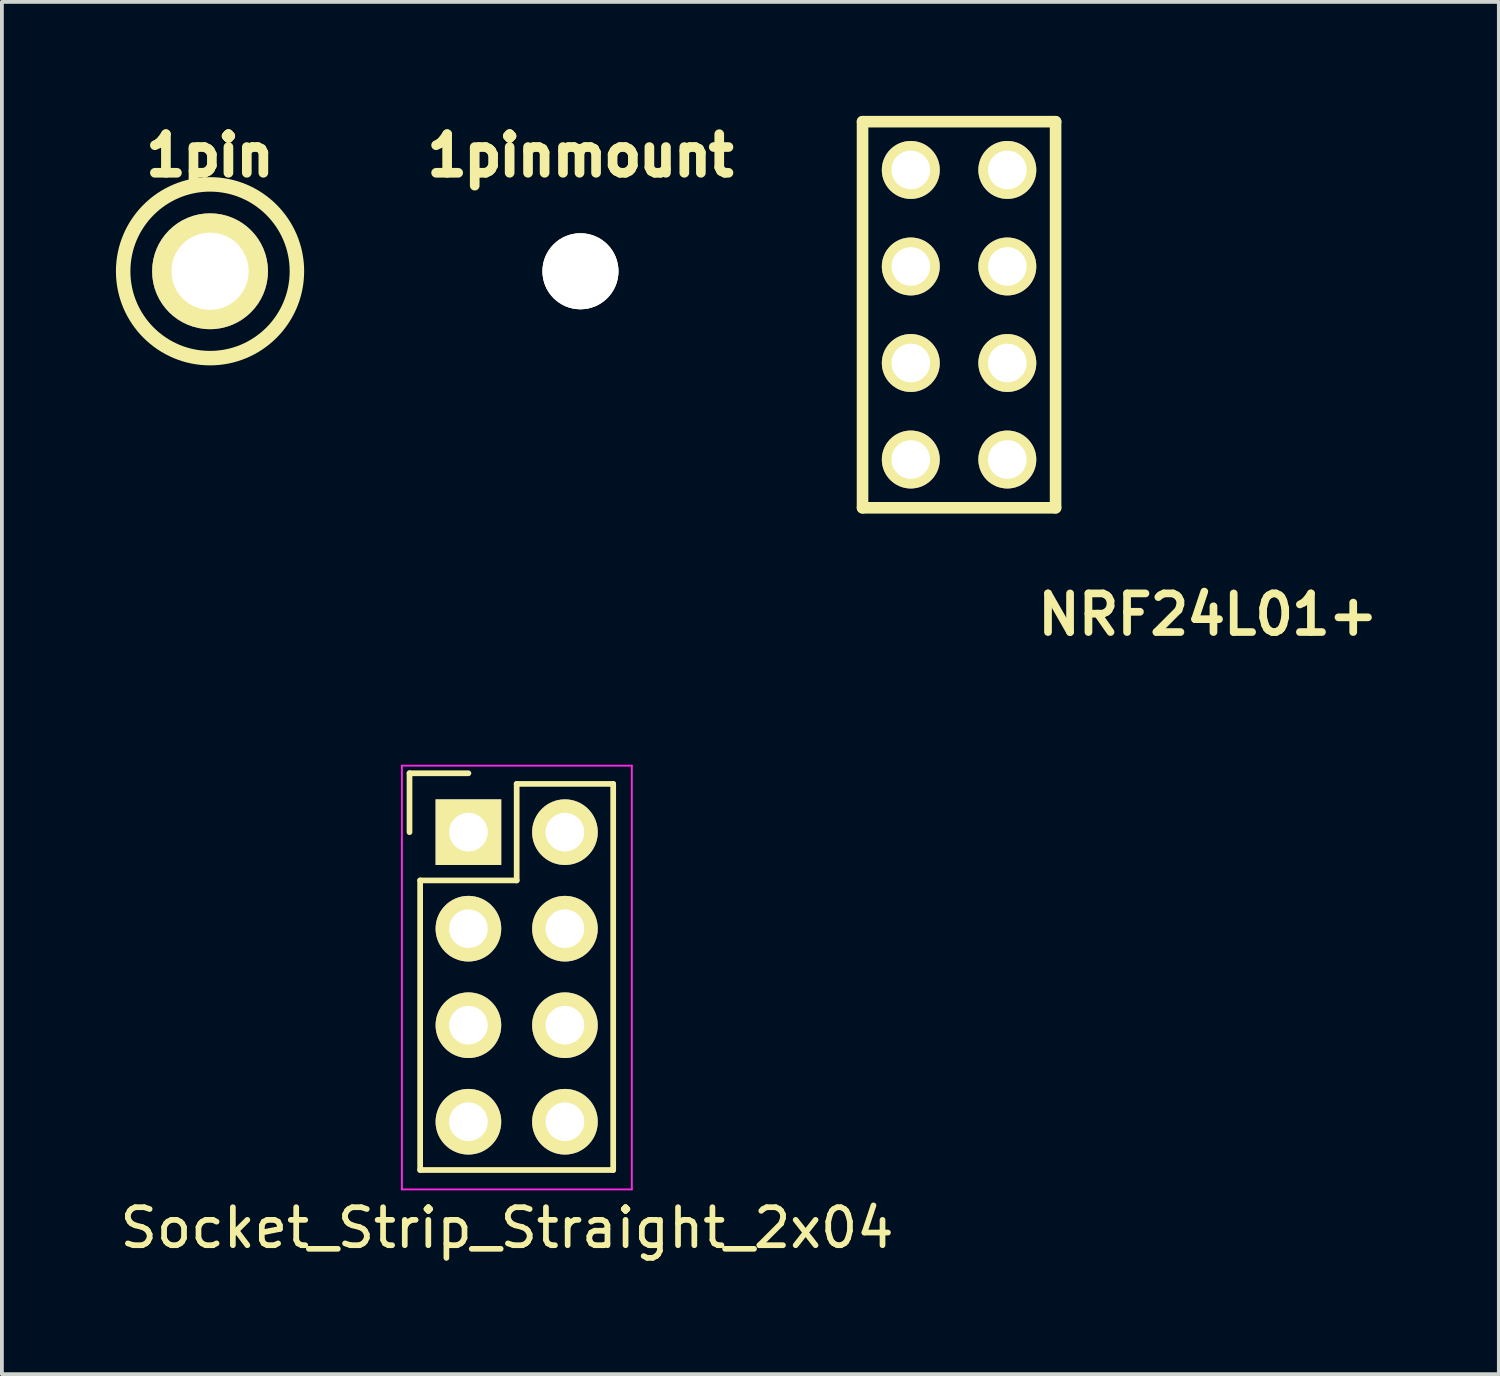
<source format=kicad_pcb>
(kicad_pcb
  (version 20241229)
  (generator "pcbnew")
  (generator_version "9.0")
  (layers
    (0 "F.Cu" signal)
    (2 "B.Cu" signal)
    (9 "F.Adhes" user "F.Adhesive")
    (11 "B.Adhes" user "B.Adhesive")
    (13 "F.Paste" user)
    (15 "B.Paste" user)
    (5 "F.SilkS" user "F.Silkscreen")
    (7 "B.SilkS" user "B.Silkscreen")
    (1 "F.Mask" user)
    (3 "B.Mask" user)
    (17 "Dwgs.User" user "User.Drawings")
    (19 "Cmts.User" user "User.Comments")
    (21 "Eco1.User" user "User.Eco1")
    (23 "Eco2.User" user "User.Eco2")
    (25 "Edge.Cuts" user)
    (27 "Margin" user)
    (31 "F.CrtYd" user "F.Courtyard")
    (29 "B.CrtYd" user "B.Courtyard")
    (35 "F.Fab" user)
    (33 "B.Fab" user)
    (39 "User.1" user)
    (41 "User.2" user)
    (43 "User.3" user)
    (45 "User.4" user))
  (footprint "1pinmount"
    (layer "F.Cu")
    (at 12.224 4.088)
    (property "Reference" "1pinmount" (at 0 -3.048 0) (layer "F.SilkS") (effects (font (size 1.016 1.016) (thickness 0.254))))
    (attr through_hole)
    (pad "1" thru_hole circle (at 0 0) (size 2 2) (drill 2) (layers "*.Cu" "*.Mask" "F.SilkS")))
  (footprint "NRF24L01+"
    (layer "F.Cu")
    (at 22.187 5.232)
    (property "Reference" "NRF24L01+" (at 6.55 7.89 180) (layer "F.SilkS") (effects (font (size 1.016 1.016) (thickness 0.203))))
    (attr through_hole)
    (fp_line (start -2.54 -5.08) (end -2.54 5.08) (stroke (width 0.305) (type solid)) (layer "F.SilkS"))
    (fp_line (start -2.54 5.08) (end 2.54 5.08) (stroke (width 0.305) (type solid)) (layer "F.SilkS"))
    (fp_line (start 2.54 -5.08) (end -2.54 -5.08) (stroke (width 0.305) (type solid)) (layer "F.SilkS"))
    (fp_line (start 2.54 5.08) (end 2.54 -5.08) (stroke (width 0.305) (type solid)) (layer "F.SilkS"))
    (pad "1" thru_hole circle (at 1.27 -3.81 270) (size 1.524 1.524) (drill 1.016) (layers "*.Cu" "*.Mask" "F.SilkS"))
    (pad "2" thru_hole circle (at -1.27 -3.81 270) (size 1.524 1.524) (drill 1.016) (layers "*.Cu" "*.Mask" "F.SilkS"))
    (pad "3" thru_hole circle (at 1.27 -1.27 270) (size 1.524 1.524) (drill 1.016) (layers "*.Cu" "*.Mask" "F.SilkS"))
    (pad "4" thru_hole circle (at -1.27 -1.27 270) (size 1.524 1.524) (drill 1.016) (layers "*.Cu" "*.Mask" "F.SilkS"))
    (pad "5" thru_hole circle (at 1.27 1.27 270) (size 1.524 1.524) (drill 1.016) (layers "*.Cu" "*.Mask" "F.SilkS"))
    (pad "6" thru_hole circle (at -1.27 1.27 270) (size 1.524 1.524) (drill 1.016) (layers "*.Cu" "*.Mask" "F.SilkS"))
    (pad "7" thru_hole circle (at 1.27 3.81 270) (size 1.524 1.524) (drill 1.016) (layers "*.Cu" "*.Mask" "F.SilkS"))
    (pad "8" thru_hole circle (at -1.27 3.81 270) (size 1.524 1.524) (drill 1.016) (layers "*.Cu" "*.Mask" "F.SilkS")))
  (footprint "Socket_Strip_Straight_2x04"
    (layer "F.Cu")
    (at 9.276 18.848)
    (property "Reference" "Socket_Strip_Straight_2x04" (at 1.016 10.414 180) (layer "F.SilkS") (effects (font (size 1 1) (thickness 0.15))))
    (attr through_hole)
    (fp_line (start -1.55 -1.55) (end 0 -1.55) (stroke (width 0.15) (type solid)) (layer "F.SilkS"))
    (fp_line (start -1.55 0) (end -1.55 -1.55) (stroke (width 0.15) (type solid)) (layer "F.SilkS"))
    (fp_line (start -1.27 1.27) (end -1.27 8.89) (stroke (width 0.15) (type solid)) (layer "F.SilkS"))
    (fp_line (start -1.27 8.89) (end 3.81 8.89) (stroke (width 0.15) (type solid)) (layer "F.SilkS"))
    (fp_line (start 1.27 -1.27) (end 1.27 1.27) (stroke (width 0.15) (type solid)) (layer "F.SilkS"))
    (fp_line (start 1.27 1.27) (end -1.27 1.27) (stroke (width 0.15) (type solid)) (layer "F.SilkS"))
    (fp_line (start 3.81 -1.27) (end 1.27 -1.27) (stroke (width 0.15) (type solid)) (layer "F.SilkS"))
    (fp_line (start 3.81 8.89) (end 3.81 -1.27) (stroke (width 0.15) (type solid)) (layer "F.SilkS"))
    (fp_line (start -1.75 -1.75) (end -1.75 9.4) (stroke (width 0.05) (type solid)) (layer "F.CrtYd"))
    (fp_line (start -1.75 -1.75) (end 4.3 -1.75) (stroke (width 0.05) (type solid)) (layer "F.CrtYd"))
    (fp_line (start -1.75 9.4) (end 4.3 9.4) (stroke (width 0.05) (type solid)) (layer "F.CrtYd"))
    (fp_line (start 4.3 -1.75) (end 4.3 9.4) (stroke (width 0.05) (type solid)) (layer "F.CrtYd"))
    (pad "1" thru_hole rect (at 0 0) (size 1.727 1.727) (drill 1.016) (layers "*.Cu" "*.Mask" "F.SilkS"))
    (pad "2" thru_hole oval (at 2.54 0) (size 1.727 1.727) (drill 1.016) (layers "*.Cu" "*.Mask" "F.SilkS"))
    (pad "3" thru_hole oval (at 0 2.54) (size 1.727 1.727) (drill 1.016) (layers "*.Cu" "*.Mask" "F.SilkS"))
    (pad "4" thru_hole oval (at 2.54 2.54) (size 1.727 1.727) (drill 1.016) (layers "*.Cu" "*.Mask" "F.SilkS"))
    (pad "5" thru_hole oval (at 0 5.08) (size 1.727 1.727) (drill 1.016) (layers "*.Cu" "*.Mask" "F.SilkS"))
    (pad "6" thru_hole oval (at 2.54 5.08) (size 1.727 1.727) (drill 1.016) (layers "*.Cu" "*.Mask" "F.SilkS"))
    (pad "7" thru_hole oval (at 0 7.62) (size 1.727 1.727) (drill 1.016) (layers "*.Cu" "*.Mask" "F.SilkS"))
    (pad "8" thru_hole oval (at 2.54 7.62) (size 1.727 1.727) (drill 1.016) (layers "*.Cu" "*.Mask" "F.SilkS")))
  (footprint "1pin"
    (layer "F.Cu")
    (at 2.477 4.088)
    (property "Reference" "1pin" (at 0 -3.048 0) (layer "F.SilkS") (effects (font (size 1.016 1.016) (thickness 0.254))))
    (attr through_hole)
    (fp_circle (center 0 0) (end 0 -2.286) (stroke (width 0.381) (type solid)) (fill no) (layer "F.SilkS"))
    (pad "1" thru_hole circle (at 0 0) (size 3.048 3.048) (drill 2.032) (layers "*.Cu" "*.Mask" "F.SilkS")))
  (gr_rect
    (start -3 -3)
    (end 36.391 33.111)
    (stroke (width 0.1) (type default))
    (fill no)
    (layer "Edge.Cuts")))
</source>
